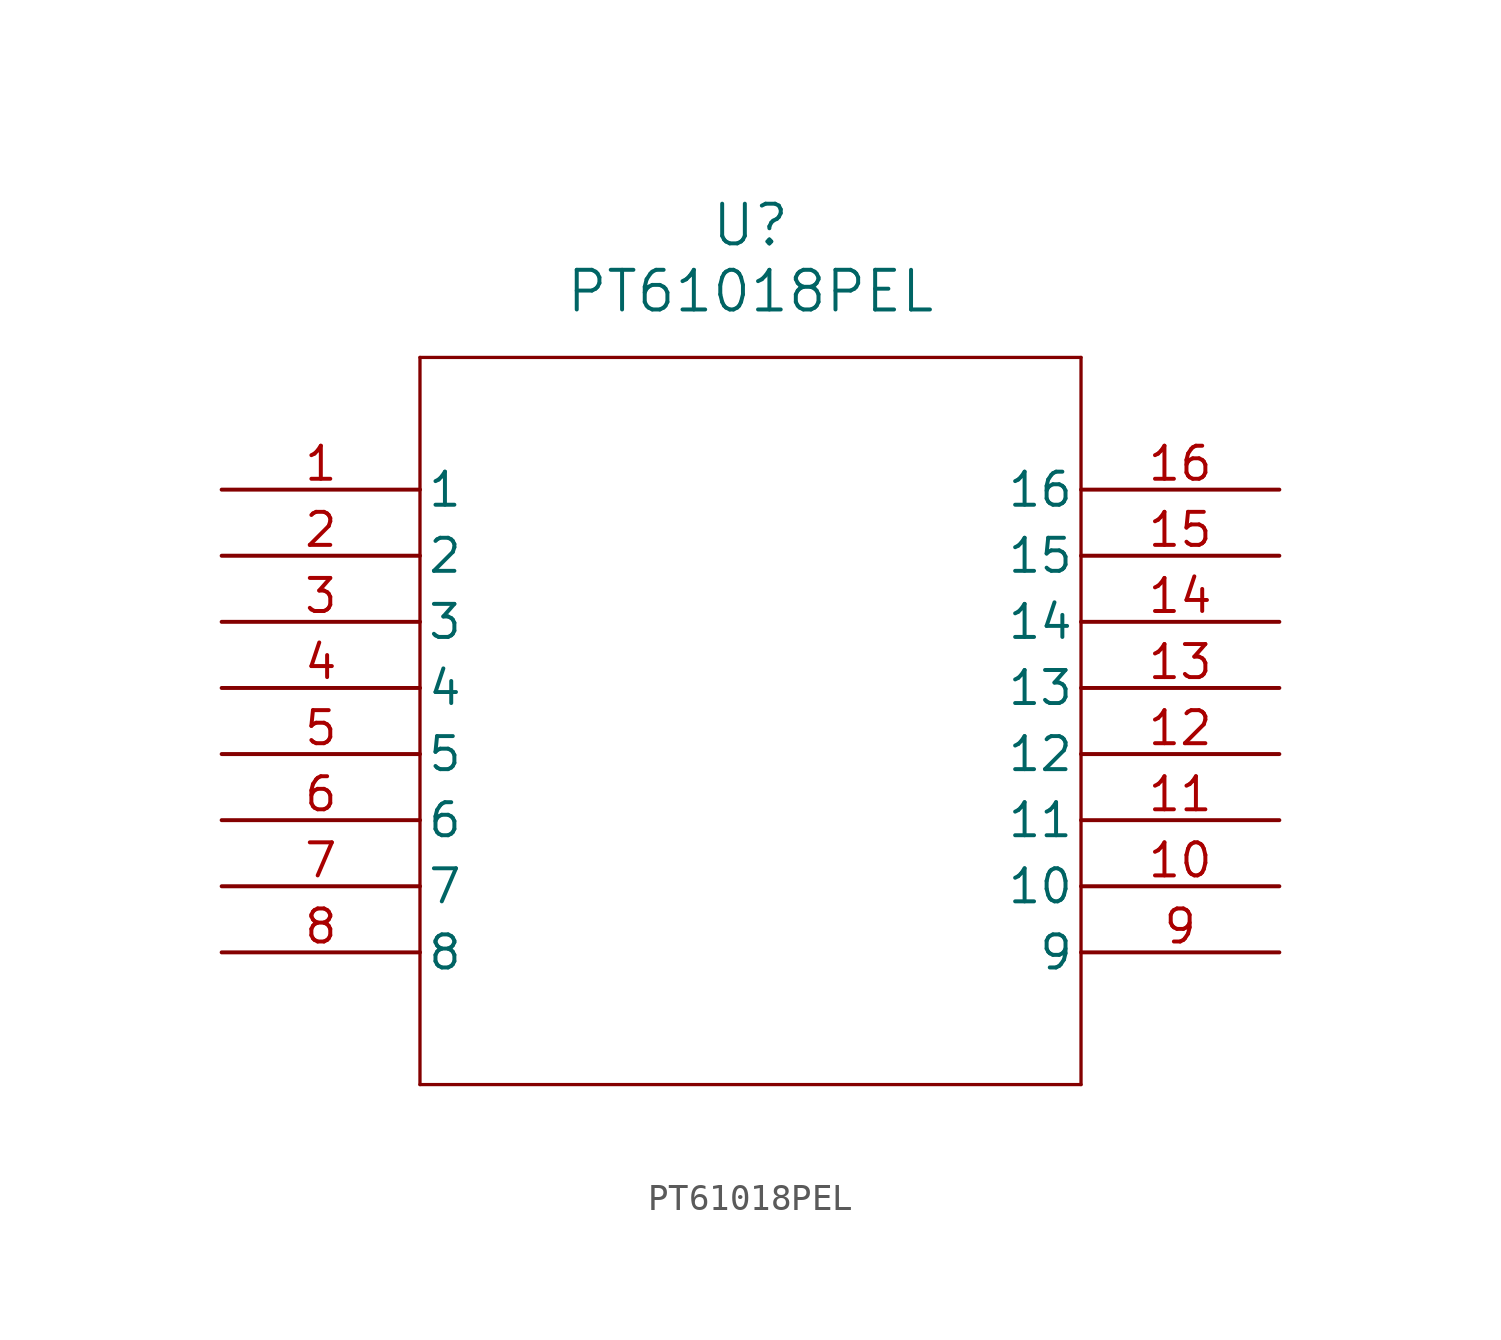
<source format=kicad_sym>
(kicad_symbol_lib
  (version 20211014)
  (generator kicad_symbol_editor)
  (symbol "PT61018PEL"
    (pin_names
      (offset 0.254))
    (property "Reference" "U"
      (at 20.32 10.16 0)
      (effects (font (size 1.524 1.524))))
    (property "Value" "PT61018PEL"
      (at 20.32 7.62 0)
      (effects (font (size 1.524 1.524))))
    (symbol "PT61018PEL_0_1"
      (polyline (pts (xy 7.62 5.08) (xy 7.62 -22.86)) (stroke (width 0.127) (type default) (color 0 0 0 0)) (fill (type none)))
      (polyline (pts (xy 7.62 -22.86) (xy 33.02 -22.86)) (stroke (width 0.127) (type default) (color 0 0 0 0)) (fill (type none)))
      (polyline (pts (xy 33.02 -22.86) (xy 33.02 5.08)) (stroke (width 0.127) (type default) (color 0 0 0 0)) (fill (type none)))
      (polyline (pts (xy 33.02 5.08) (xy 7.62 5.08)) (stroke (width 0.127) (type default) (color 0 0 0 0)) (fill (type none)))
      (pin unspecified line (at 0 0 0) (length 7.62) (name "1" (effects (font (size 1.27 1.27)))) (number "1" (effects (font (size 1.27 1.27)))))
      (pin unspecified line (at 0 -2.54 0) (length 7.62) (name "2" (effects (font (size 1.27 1.27)))) (number "2" (effects (font (size 1.27 1.27)))))
      (pin unspecified line (at 0 -5.08 0) (length 7.62) (name "3" (effects (font (size 1.27 1.27)))) (number "3" (effects (font (size 1.27 1.27)))))
      (pin unspecified line (at 0 -7.62 0) (length 7.62) (name "4" (effects (font (size 1.27 1.27)))) (number "4" (effects (font (size 1.27 1.27)))))
      (pin unspecified line (at 0 -10.16 0) (length 7.62) (name "5" (effects (font (size 1.27 1.27)))) (number "5" (effects (font (size 1.27 1.27)))))
      (pin unspecified line (at 0 -12.7 0) (length 7.62) (name "6" (effects (font (size 1.27 1.27)))) (number "6" (effects (font (size 1.27 1.27)))))
      (pin unspecified line (at 0 -15.24 0) (length 7.62) (name "7" (effects (font (size 1.27 1.27)))) (number "7" (effects (font (size 1.27 1.27)))))
      (pin unspecified line (at 0 -17.78 0) (length 7.62) (name "8" (effects (font (size 1.27 1.27)))) (number "8" (effects (font (size 1.27 1.27)))))
      (pin unspecified line (at 40.64 -17.78 180) (length 7.62) (name "9" (effects (font (size 1.27 1.27)))) (number "9" (effects (font (size 1.27 1.27)))))
      (pin unspecified line (at 40.64 -15.24 180) (length 7.62) (name "10" (effects (font (size 1.27 1.27)))) (number "10" (effects (font (size 1.27 1.27)))))
      (pin unspecified line (at 40.64 -12.7 180) (length 7.62) (name "11" (effects (font (size 1.27 1.27)))) (number "11" (effects (font (size 1.27 1.27)))))
      (pin unspecified line (at 40.64 -10.16 180) (length 7.62) (name "12" (effects (font (size 1.27 1.27)))) (number "12" (effects (font (size 1.27 1.27)))))
      (pin unspecified line (at 40.64 -7.62 180) (length 7.62) (name "13" (effects (font (size 1.27 1.27)))) (number "13" (effects (font (size 1.27 1.27)))))
      (pin unspecified line (at 40.64 -5.08 180) (length 7.62) (name "14" (effects (font (size 1.27 1.27)))) (number "14" (effects (font (size 1.27 1.27)))))
      (pin unspecified line (at 40.64 -2.54 180) (length 7.62) (name "15" (effects (font (size 1.27 1.27)))) (number "15" (effects (font (size 1.27 1.27)))))
      (pin unspecified line (at 40.64 0 180) (length 7.62) (name "16" (effects (font (size 1.27 1.27)))) (number "16" (effects (font (size 1.27 1.27))))))))
</source>
